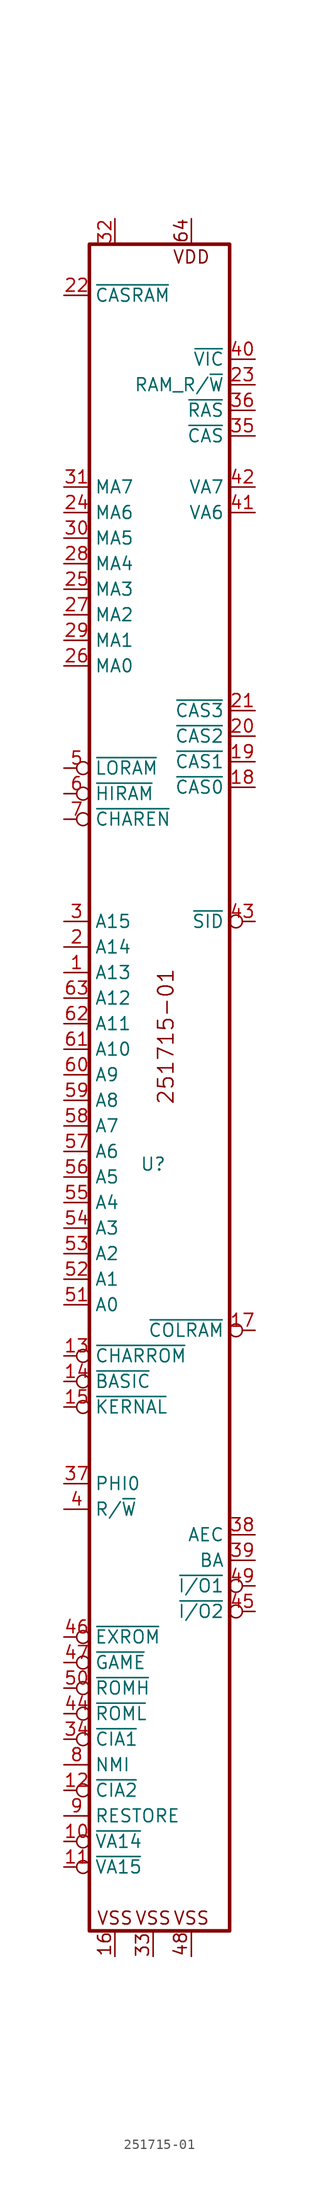
<source format=kicad_sym>
(kicad_symbol_lib
  (version 20220914)
  (generator kicad_symbol_editor)
  (symbol "251715-01"
    (property "Reference" "U"
      (at 0 -8.89 0)
      (effects (font (size 1.27 1.27))))
    (symbol "251715-01_0_0"
      (polyline (pts (xy -3.81 -85.09) (xy -3.81 -87.63)) (stroke (width 0) (type default)) (fill (type none)))
      (polyline (pts (xy 0 -85.09) (xy 0 -87.63)) (stroke (width 0) (type default)) (fill (type none)))
      (polyline (pts (xy 3.81 -85.09) (xy 3.81 -87.63)) (stroke (width 0) (type default)) (fill (type none)))
      (polyline (pts (xy 3.81 85.09) (xy 3.81 82.55)) (stroke (width 0) (type default)) (fill (type none)))
      (text "16" (at -4.843 -86.391 900) (effects (font (size 1.27 1.27))))
      (text "251715-01" (at 1.27 3.81 900) (effects (font (size 1.524 1.524))))
      (text "33" (at -1.058 -86.477 900) (effects (font (size 1.27 1.27))))
      (text "48" (at 2.726 -86.391 900) (effects (font (size 1.27 1.27))))
      (text "64" (at 2.783 83.889 900) (effects (font (size 1.27 1.27))))
      (text "VDD" (at 3.81 81.28 0) (effects (font (size 1.27 1.27))))
      (text "VSS" (at -3.81 -83.82 0) (effects (font (size 1.27 1.27))))
      (text "VSS" (at 0 -83.82 0) (effects (font (size 1.27 1.27))))
      (text "VSS" (at 3.81 -83.82 0) (effects (font (size 1.27 1.27)))))
    (symbol "251715-01_0_1"
      (rectangle (start -6.35 82.55) (end 7.62 -85.09) (stroke (width 0.356) (type default)) (fill (type none))))
    (symbol "251715-01_1_1"
      (pin input line (at -8.89 10.16 0) (length 2.54) (name "A13" (effects (font (size 1.27 1.27)))) (number "1" (effects (font (size 1.27 1.27)))))
      (pin input inverted (at -8.89 -76.2 0) (length 2.54) (name "~{VA14}" (effects (font (size 1.27 1.27)))) (number "10" (effects (font (size 1.27 1.27)))))
      (pin input inverted (at -8.89 -78.74 0) (length 2.54) (name "~{VA15}" (effects (font (size 1.27 1.27)))) (number "11" (effects (font (size 1.27 1.27)))))
      (pin input inverted (at -8.89 -71.12 0) (length 2.54) (name "~{CIA2}" (effects (font (size 1.27 1.27)))) (number "12" (effects (font (size 1.27 1.27)))))
      (pin input inverted (at -8.89 -27.94 0) (length 2.54) (name "~{CHARROM}" (effects (font (size 1.27 1.27)))) (number "13" (effects (font (size 1.27 1.27)))))
      (pin input inverted (at -8.89 -30.48 0) (length 2.54) (name "~{BASIC}" (effects (font (size 1.27 1.27)))) (number "14" (effects (font (size 1.27 1.27)))))
      (pin input inverted (at -8.89 -33.02 0) (length 2.54) (name "~{KERNAL}" (effects (font (size 1.27 1.27)))) (number "15" (effects (font (size 1.27 1.27)))))
      (pin power_in line (at -3.81 -87.63 90) (length 2.54) hide (name "VSS" (effects (font (size 1.27 1.27)))) (number "16" (effects (font (size 1.27 1.27)))))
      (pin input inverted (at 10.16 -25.4 180) (length 2.54) (name "~{COLRAM}" (effects (font (size 1.27 1.27)))) (number "17" (effects (font (size 1.27 1.27)))))
      (pin input line (at 10.16 28.575 180) (length 2.54) (name "~{CAS0}" (effects (font (size 1.27 1.27)))) (number "18" (effects (font (size 1.27 1.27)))))
      (pin input line (at 10.16 31.115 180) (length 2.54) (name "~{CAS1}" (effects (font (size 1.27 1.27)))) (number "19" (effects (font (size 1.27 1.27)))))
      (pin input line (at -8.89 12.7 0) (length 2.54) (name "A14" (effects (font (size 1.27 1.27)))) (number "2" (effects (font (size 1.27 1.27)))))
      (pin input line (at 10.16 33.655 180) (length 2.54) (name "~{CAS2}" (effects (font (size 1.27 1.27)))) (number "20" (effects (font (size 1.27 1.27)))))
      (pin input line (at 10.16 36.195 180) (length 2.54) (name "~{CAS3}" (effects (font (size 1.27 1.27)))) (number "21" (effects (font (size 1.27 1.27)))))
      (pin input line (at -8.89 77.47 0) (length 2.54) (name "~{CASRAM}" (effects (font (size 1.27 1.27)))) (number "22" (effects (font (size 1.27 1.27)))))
      (pin input line (at 10.16 68.58 180) (length 2.54) (name "RAM_R/~{W}" (effects (font (size 1.27 1.27)))) (number "23" (effects (font (size 1.27 1.27)))))
      (pin input line (at -8.89 55.88 0) (length 2.54) (name "MA6" (effects (font (size 1.27 1.27)))) (number "24" (effects (font (size 1.27 1.27)))))
      (pin input line (at -8.89 48.26 0) (length 2.54) (name "MA3" (effects (font (size 1.27 1.27)))) (number "25" (effects (font (size 1.27 1.27)))))
      (pin input line (at 7.62 48.26 180) (length 2.54) hide (name "MA3" (effects (font (size 1.27 1.27)))) (number "25" (effects (font (size 1.27 1.27)))))
      (pin input line (at -8.89 40.64 0) (length 2.54) (name "MA0" (effects (font (size 1.27 1.27)))) (number "26" (effects (font (size 1.27 1.27)))))
      (pin input line (at 7.62 40.64 180) (length 2.54) hide (name "MA0" (effects (font (size 1.27 1.27)))) (number "26" (effects (font (size 1.27 1.27)))))
      (pin input line (at -8.89 45.72 0) (length 2.54) (name "MA2" (effects (font (size 1.27 1.27)))) (number "27" (effects (font (size 1.27 1.27)))))
      (pin input line (at 7.62 45.72 180) (length 2.54) hide (name "MA2" (effects (font (size 1.27 1.27)))) (number "27" (effects (font (size 1.27 1.27)))))
      (pin input line (at -8.89 50.8 0) (length 2.54) (name "MA4" (effects (font (size 1.27 1.27)))) (number "28" (effects (font (size 1.27 1.27)))))
      (pin input line (at 7.62 50.8 180) (length 2.54) hide (name "MA4" (effects (font (size 1.27 1.27)))) (number "28" (effects (font (size 1.27 1.27)))))
      (pin input line (at -8.89 43.18 0) (length 2.54) (name "MA1" (effects (font (size 1.27 1.27)))) (number "29" (effects (font (size 1.27 1.27)))))
      (pin input line (at 7.62 43.18 180) (length 2.54) hide (name "MA1" (effects (font (size 1.27 1.27)))) (number "29" (effects (font (size 1.27 1.27)))))
      (pin input line (at -8.89 15.24 0) (length 2.54) (name "A15" (effects (font (size 1.27 1.27)))) (number "3" (effects (font (size 1.27 1.27)))))
      (pin input line (at -8.89 53.34 0) (length 2.54) (name "MA5" (effects (font (size 1.27 1.27)))) (number "30" (effects (font (size 1.27 1.27)))))
      (pin input line (at 7.62 53.34 180) (length 2.54) hide (name "MA5" (effects (font (size 1.27 1.27)))) (number "30" (effects (font (size 1.27 1.27)))))
      (pin input line (at -8.89 58.42 0) (length 2.54) (name "MA7" (effects (font (size 1.27 1.27)))) (number "31" (effects (font (size 1.27 1.27)))))
      (pin input line (at -3.81 85.09 270) (length 2.54) (name "" (effects (font (size 1.27 1.27)))) (number "32" (effects (font (size 1.27 1.27)))))
      (pin power_in line (at 0 -87.63 90) (length 2.54) hide (name "VSS" (effects (font (size 1.27 1.27)))) (number "33" (effects (font (size 1.27 1.27)))))
      (pin input inverted (at -8.89 -66.04 0) (length 2.54) (name "~{CIA1}" (effects (font (size 1.27 1.27)))) (number "34" (effects (font (size 1.27 1.27)))))
      (pin input line (at 10.16 63.5 180) (length 2.54) (name "~{CAS}" (effects (font (size 1.27 1.27)))) (number "35" (effects (font (size 1.27 1.27)))))
      (pin input line (at -6.35 66.04 0) (length 2.54) hide (name "~{RAS}" (effects (font (size 1.27 1.27)))) (number "36" (effects (font (size 1.27 1.27)))))
      (pin input line (at 10.16 66.04 180) (length 2.54) (name "~{RAS}" (effects (font (size 1.27 1.27)))) (number "36" (effects (font (size 1.27 1.27)))))
      (pin input line (at -8.89 -40.64 0) (length 2.54) (name "PHI0" (effects (font (size 1.27 1.27)))) (number "37" (effects (font (size 1.27 1.27)))))
      (pin input line (at 7.62 -40.64 180) (length 2.54) hide (name "PHI0" (effects (font (size 1.27 1.27)))) (number "37" (effects (font (size 1.27 1.27)))))
      (pin input line (at 10.16 -45.72 180) (length 2.54) (name "AEC" (effects (font (size 1.27 1.27)))) (number "38" (effects (font (size 1.27 1.27)))))
      (pin input line (at 10.16 -48.26 180) (length 2.54) (name "BA" (effects (font (size 1.27 1.27)))) (number "39" (effects (font (size 1.27 1.27)))))
      (pin input line (at -8.89 -43.18 0) (length 2.54) (name "R/~{W}" (effects (font (size 1.27 1.27)))) (number "4" (effects (font (size 1.27 1.27)))))
      (pin input line (at 7.62 -43.18 180) (length 2.54) hide (name "R/~{W}" (effects (font (size 1.27 1.27)))) (number "4" (effects (font (size 1.27 1.27)))))
      (pin input line (at 10.16 71.12 180) (length 2.54) (name "~{VIC}" (effects (font (size 1.27 1.27)))) (number "40" (effects (font (size 1.27 1.27)))))
      (pin input line (at 10.16 55.88 180) (length 2.54) (name "VA6" (effects (font (size 1.27 1.27)))) (number "41" (effects (font (size 1.27 1.27)))))
      (pin input line (at 10.16 58.42 180) (length 2.54) (name "VA7" (effects (font (size 1.27 1.27)))) (number "42" (effects (font (size 1.27 1.27)))))
      (pin input inverted (at 10.16 15.24 180) (length 2.54) (name "~{SID}" (effects (font (size 1.27 1.27)))) (number "43" (effects (font (size 1.27 1.27)))))
      (pin input inverted (at -8.89 -63.5 0) (length 2.54) (name "~{ROML}" (effects (font (size 1.27 1.27)))) (number "44" (effects (font (size 1.27 1.27)))))
      (pin input inverted (at 10.16 -53.34 180) (length 2.54) (name "~{I/O2}" (effects (font (size 1.27 1.27)))) (number "45" (effects (font (size 1.27 1.27)))))
      (pin input inverted (at -8.89 -55.88 0) (length 2.54) (name "~{EXROM}" (effects (font (size 1.27 1.27)))) (number "46" (effects (font (size 1.27 1.27)))))
      (pin input inverted (at -8.89 -58.42 0) (length 2.54) (name "~{GAME}" (effects (font (size 1.27 1.27)))) (number "47" (effects (font (size 1.27 1.27)))))
      (pin power_in line (at 3.81 -87.63 90) (length 2.54) hide (name "VSS" (effects (font (size 1.27 1.27)))) (number "48" (effects (font (size 1.27 1.27)))))
      (pin input inverted (at 10.16 -50.8 180) (length 2.54) (name "~{I/O1}" (effects (font (size 1.27 1.27)))) (number "49" (effects (font (size 1.27 1.27)))))
      (pin input inverted (at -8.89 30.48 0) (length 2.54) (name "~{LORAM}" (effects (font (size 1.27 1.27)))) (number "5" (effects (font (size 1.27 1.27)))))
      (pin input inverted (at -8.89 -60.96 0) (length 2.54) (name "~{ROMH}" (effects (font (size 1.27 1.27)))) (number "50" (effects (font (size 1.27 1.27)))))
      (pin input line (at -8.89 -22.86 0) (length 2.54) (name "A0" (effects (font (size 1.27 1.27)))) (number "51" (effects (font (size 1.27 1.27)))))
      (pin input line (at -8.89 -20.32 0) (length 2.54) (name "A1" (effects (font (size 1.27 1.27)))) (number "52" (effects (font (size 1.27 1.27)))))
      (pin input line (at -8.89 -17.78 0) (length 2.54) (name "A2" (effects (font (size 1.27 1.27)))) (number "53" (effects (font (size 1.27 1.27)))))
      (pin input line (at -8.89 -15.24 0) (length 2.54) (name "A3" (effects (font (size 1.27 1.27)))) (number "54" (effects (font (size 1.27 1.27)))))
      (pin input line (at -8.89 -12.7 0) (length 2.54) (name "A4" (effects (font (size 1.27 1.27)))) (number "55" (effects (font (size 1.27 1.27)))))
      (pin input line (at -8.89 -10.16 0) (length 2.54) (name "A5" (effects (font (size 1.27 1.27)))) (number "56" (effects (font (size 1.27 1.27)))))
      (pin input line (at -8.89 -7.62 0) (length 2.54) (name "A6" (effects (font (size 1.27 1.27)))) (number "57" (effects (font (size 1.27 1.27)))))
      (pin input line (at -8.89 -5.08 0) (length 2.54) (name "A7" (effects (font (size 1.27 1.27)))) (number "58" (effects (font (size 1.27 1.27)))))
      (pin input line (at -8.89 -2.54 0) (length 2.54) (name "A8" (effects (font (size 1.27 1.27)))) (number "59" (effects (font (size 1.27 1.27)))))
      (pin input inverted (at -8.89 27.94 0) (length 2.54) (name "~{HIRAM}" (effects (font (size 1.27 1.27)))) (number "6" (effects (font (size 1.27 1.27)))))
      (pin input line (at -8.89 0 0) (length 2.54) (name "A9" (effects (font (size 1.27 1.27)))) (number "60" (effects (font (size 1.27 1.27)))))
      (pin input line (at -8.89 2.54 0) (length 2.54) (name "A10" (effects (font (size 1.27 1.27)))) (number "61" (effects (font (size 1.27 1.27)))))
      (pin input line (at -8.89 5.08 0) (length 2.54) (name "A11" (effects (font (size 1.27 1.27)))) (number "62" (effects (font (size 1.27 1.27)))))
      (pin input line (at -8.89 7.62 0) (length 2.54) (name "A12" (effects (font (size 1.27 1.27)))) (number "63" (effects (font (size 1.27 1.27)))))
      (pin input line (at 3.81 85.09 270) (length 2.54) hide (name "VDD" (effects (font (size 1.27 1.27)))) (number "64" (effects (font (size 1.27 1.27)))))
      (pin input inverted (at -8.89 25.4 0) (length 2.54) (name "~{CHAREN}" (effects (font (size 1.27 1.27)))) (number "7" (effects (font (size 1.27 1.27)))))
      (pin input line (at -8.89 -68.58 0) (length 2.54) (name "NMI" (effects (font (size 1.27 1.27)))) (number "8" (effects (font (size 1.27 1.27)))))
      (pin input line (at -8.89 -73.66 0) (length 2.54) (name "RESTORE" (effects (font (size 1.27 1.27)))) (number "9" (effects (font (size 1.27 1.27))))))))
</source>
